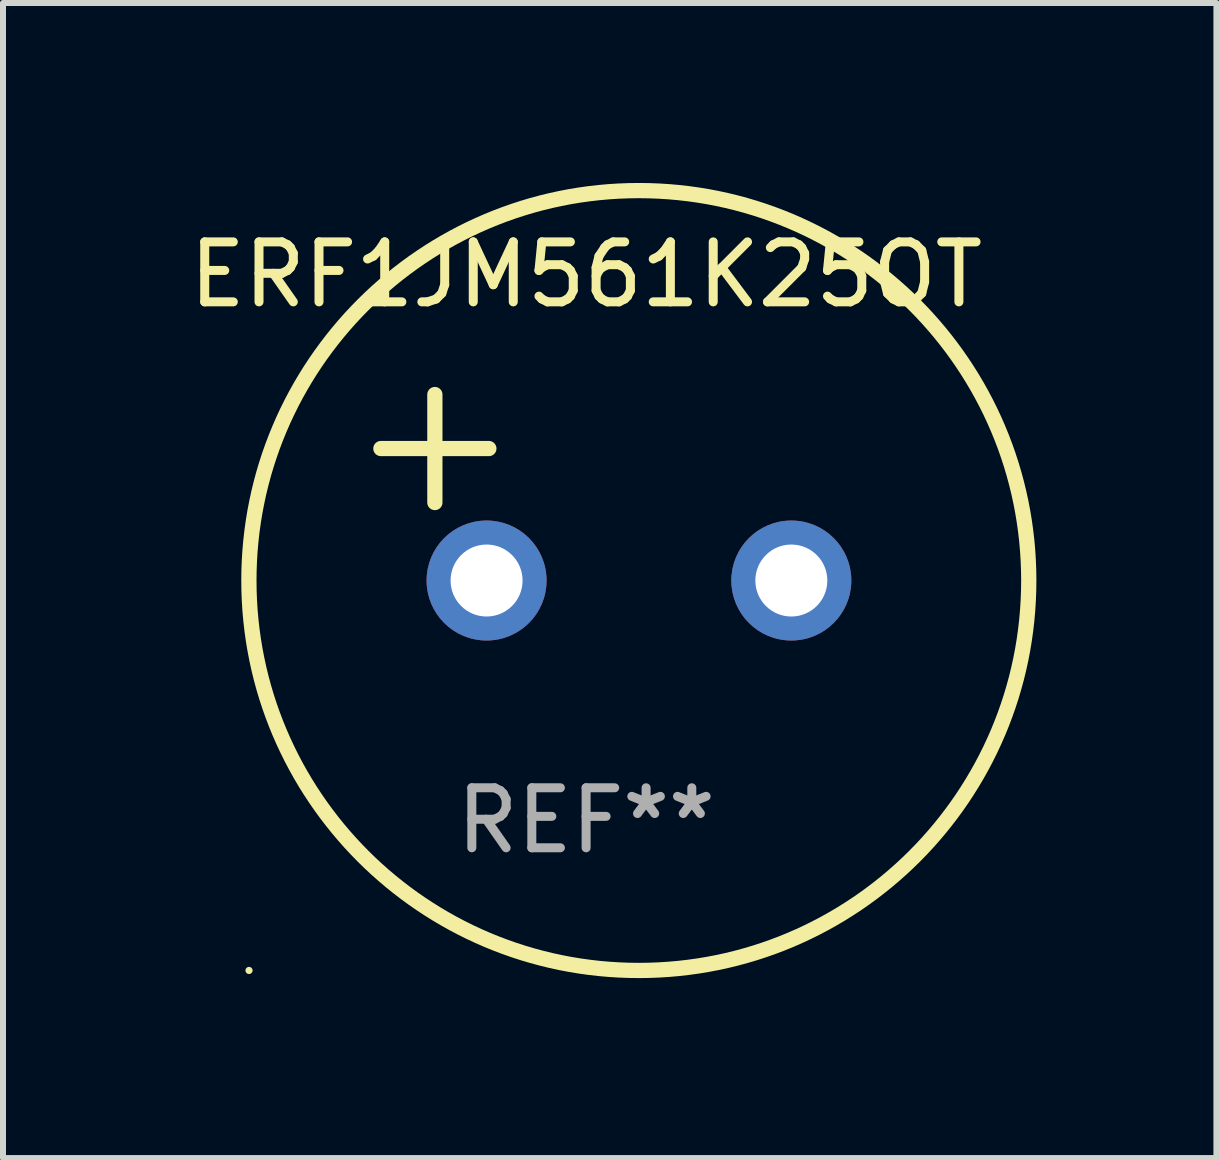
<source format=kicad_pcb>
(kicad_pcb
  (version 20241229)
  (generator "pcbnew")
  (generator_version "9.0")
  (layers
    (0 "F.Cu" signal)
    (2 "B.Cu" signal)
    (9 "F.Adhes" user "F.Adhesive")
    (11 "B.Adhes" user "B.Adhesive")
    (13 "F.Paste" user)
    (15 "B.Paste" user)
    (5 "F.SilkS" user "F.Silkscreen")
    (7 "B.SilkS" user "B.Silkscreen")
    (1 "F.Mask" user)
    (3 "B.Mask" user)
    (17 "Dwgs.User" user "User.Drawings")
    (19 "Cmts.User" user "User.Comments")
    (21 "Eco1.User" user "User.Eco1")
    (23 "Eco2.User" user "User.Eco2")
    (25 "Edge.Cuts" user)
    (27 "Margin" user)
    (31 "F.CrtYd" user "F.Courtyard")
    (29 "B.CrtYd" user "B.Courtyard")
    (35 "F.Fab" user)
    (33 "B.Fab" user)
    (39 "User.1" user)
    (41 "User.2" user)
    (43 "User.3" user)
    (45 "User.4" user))
  (footprint "ERF1JM561K25OT"
    (layer "F.Cu")
    (at 6.72 5.077)
    (property "Reference" "ERF1JM561K25OT" (at 0 -3.55 0) (layer "F.SilkS") (effects (font (size 1 1) (thickness 0.15))))
    (attr through_hole)
    (fp_line (start -3.421 -0.65) (end -1.621 -0.65) (stroke (width 0.254) (type solid)) (layer "F.SilkS"))
    (fp_line (start -2.521 -1.55) (end -2.521 0.25) (stroke (width 0.254) (type solid)) (layer "F.SilkS"))
    (fp_circle (center -5.619 8.05) (end -5.589 8.05) (stroke (width 0.06) (type solid)) (fill no) (layer "F.SilkS"))
    (fp_circle (center 0.879 1.55) (end 7.379 1.55) (stroke (width 0.254) (type solid)) (fill no) (layer "F.SilkS"))
    (fp_text user "REF**" (at 0 5.55 0) (layer "F.Fab") (effects (font (size 1 1) (thickness 0.15))))
    (pad "1" thru_hole circle (at -1.659 1.55) (size 2 2) (drill 1.2) (layers "*.Cu" "*.Mask"))
    (pad "2" thru_hole circle (at 3.421 1.55) (size 2 2) (drill 1.2) (layers "*.Cu" "*.Mask")))
  (gr_rect
    (start -3 -3)
    (end 17.227 16.254)
    (stroke (width 0.1) (type default))
    (fill no)
    (layer "Edge.Cuts")))
</source>
